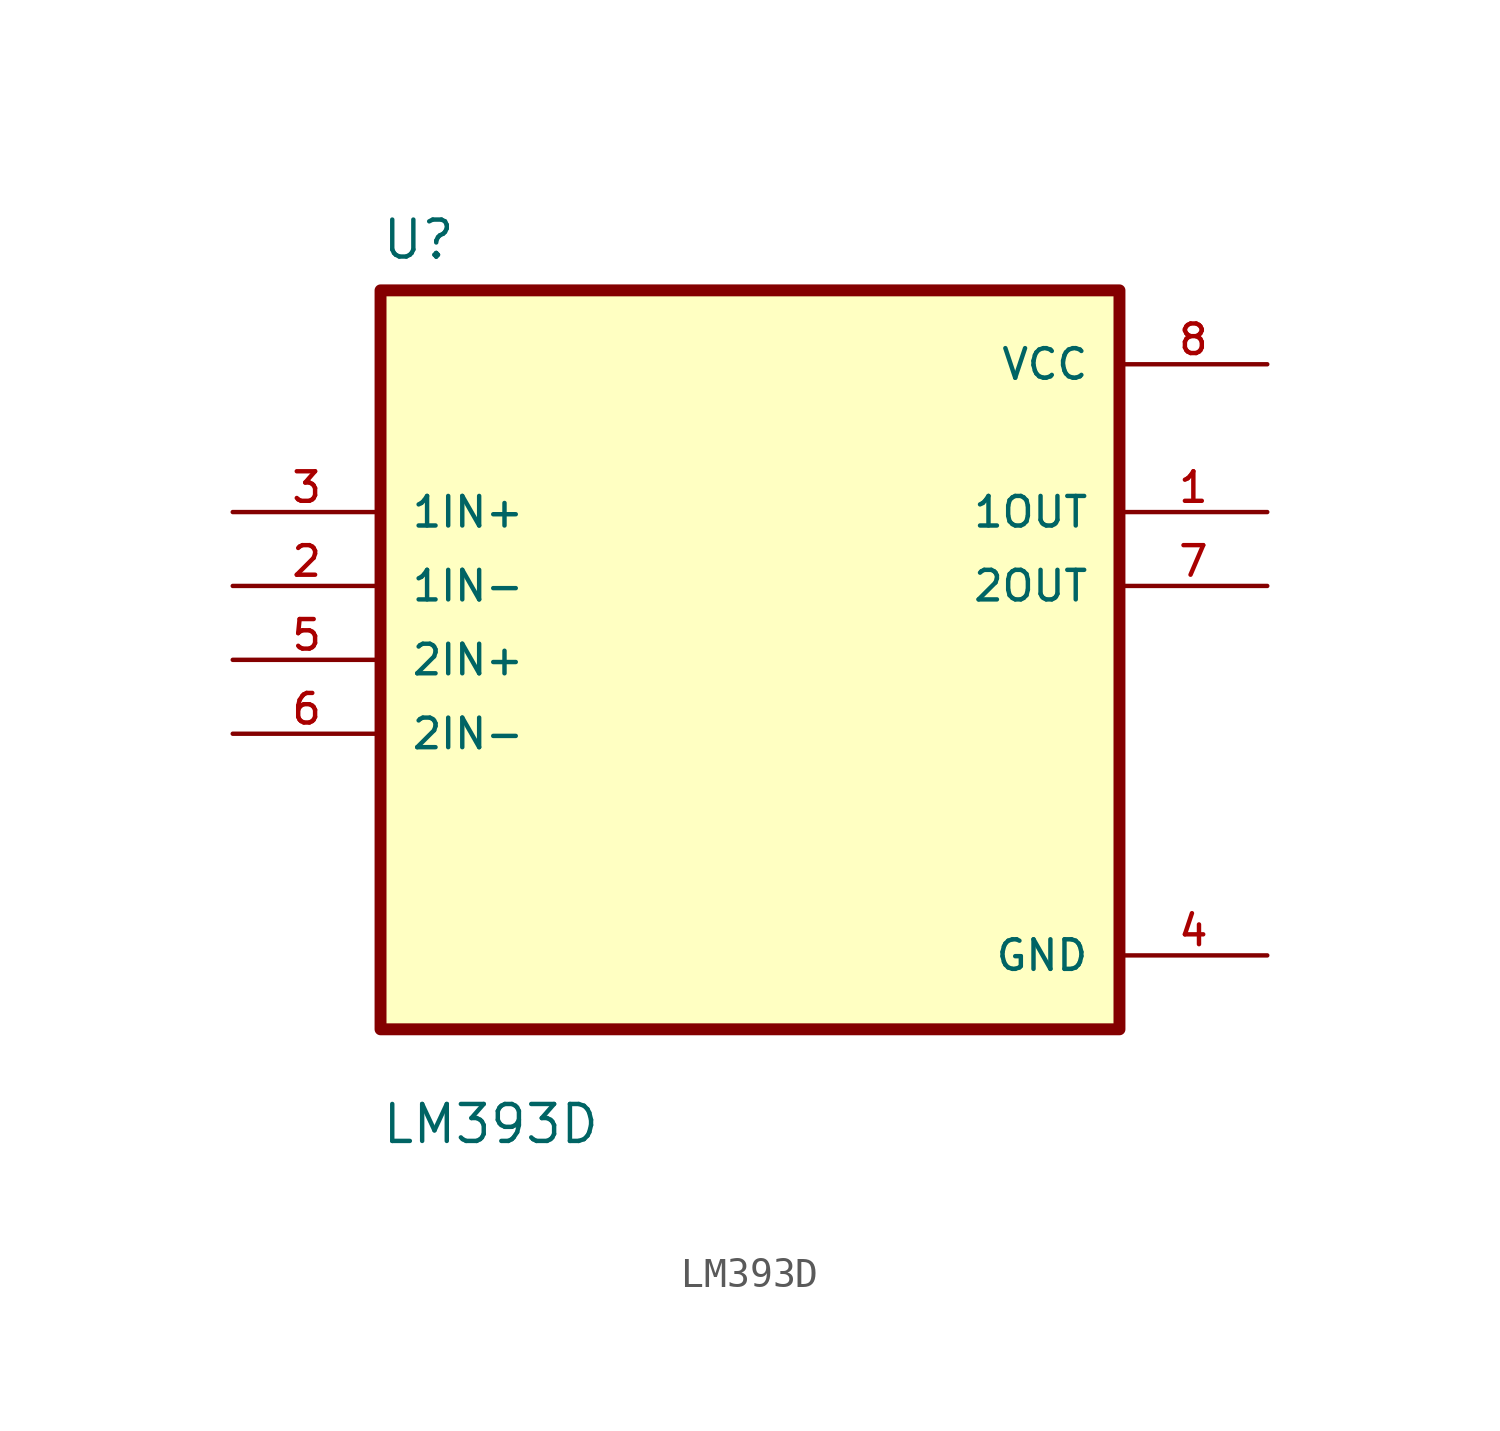
<source format=kicad_sym>
(kicad_symbol_lib
  (version 20211014)
  (generator kicad_symbol_editor)
  (symbol "LM393D"
    (pin_names
      (offset 1.016))
    (property "Reference" "U"
      (at -12.7 13.7 0.0)
      (effects (font (size 1.27 1.27)) (justify bottom left)))
    (property "Value" "LM393D"
      (at -12.7 -16.7 0.0)
      (effects (font (size 1.27 1.27)) (justify bottom left)))
    (symbol "LM393D_0_0"
      (rectangle (start -12.7 -12.7) (end 12.7 12.7) (stroke (width 0.41)) (fill (type background)))
      (pin input line (at -17.78 5.08 0) (length 5.08) (name "1IN+" (effects (font (size 1.016 1.016)))) (number "3" (effects (font (size 1.016 1.016)))))
      (pin input line (at -17.78 2.54 0) (length 5.08) (name "1IN-" (effects (font (size 1.016 1.016)))) (number "2" (effects (font (size 1.016 1.016)))))
      (pin input line (at -17.78 -8.88178e-16 0) (length 5.08) (name "2IN+" (effects (font (size 1.016 1.016)))) (number "5" (effects (font (size 1.016 1.016)))))
      (pin input line (at -17.78 -2.54 0) (length 5.08) (name "2IN-" (effects (font (size 1.016 1.016)))) (number "6" (effects (font (size 1.016 1.016)))))
      (pin power_in line (at 17.78 10.16 180.0) (length 5.08) (name "VCC" (effects (font (size 1.016 1.016)))) (number "8" (effects (font (size 1.016 1.016)))))
      (pin output line (at 17.78 5.08 180.0) (length 5.08) (name "1OUT" (effects (font (size 1.016 1.016)))) (number "1" (effects (font (size 1.016 1.016)))))
      (pin output line (at 17.78 2.54 180.0) (length 5.08) (name "2OUT" (effects (font (size 1.016 1.016)))) (number "7" (effects (font (size 1.016 1.016)))))
      (pin power_in line (at 17.78 -10.16 180.0) (length 5.08) (name "GND" (effects (font (size 1.016 1.016)))) (number "4" (effects (font (size 1.016 1.016))))))))
</source>
